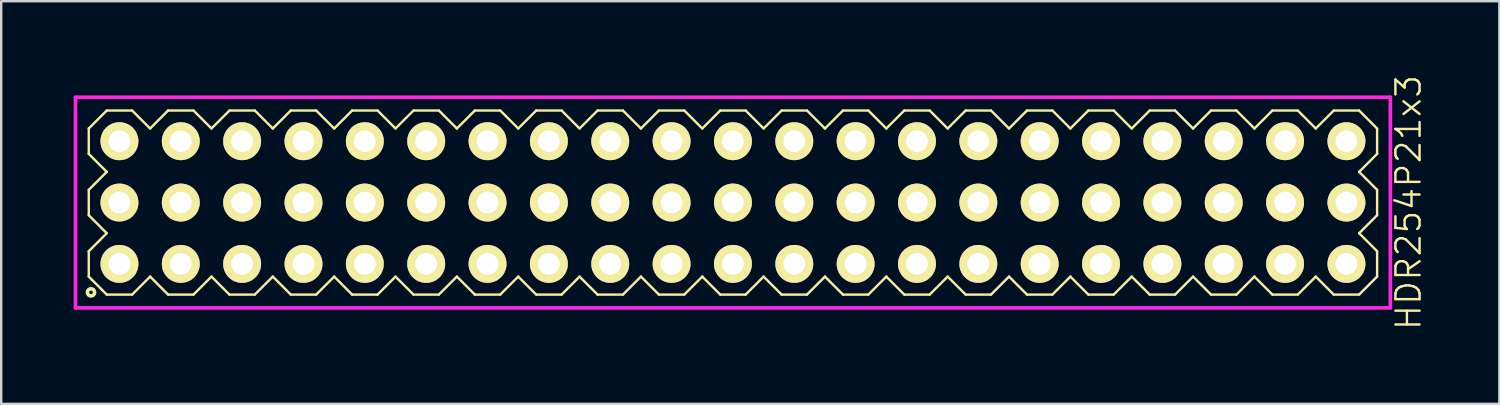
<source format=kicad_pcb>
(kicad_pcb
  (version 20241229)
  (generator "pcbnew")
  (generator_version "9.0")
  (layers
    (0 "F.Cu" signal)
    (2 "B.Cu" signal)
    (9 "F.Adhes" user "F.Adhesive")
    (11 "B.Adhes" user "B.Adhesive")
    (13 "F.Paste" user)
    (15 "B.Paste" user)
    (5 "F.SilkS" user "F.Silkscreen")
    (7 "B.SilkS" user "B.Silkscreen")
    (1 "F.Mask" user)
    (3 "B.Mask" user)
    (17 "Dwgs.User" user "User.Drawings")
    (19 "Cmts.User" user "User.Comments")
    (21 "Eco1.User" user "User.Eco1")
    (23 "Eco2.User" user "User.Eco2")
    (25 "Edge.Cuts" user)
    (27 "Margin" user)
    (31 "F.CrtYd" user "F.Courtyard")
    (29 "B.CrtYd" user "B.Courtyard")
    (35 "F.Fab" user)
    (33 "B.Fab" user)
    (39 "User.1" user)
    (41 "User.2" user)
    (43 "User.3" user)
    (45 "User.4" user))
  (footprint "HDR254P21x3"
    (layer "F.Cu")
    (at 27.295 5.336)
    (property "Reference" "HDR254P21x3" (at 27.97 0 90) (layer "F.SilkS") (effects (font (size 1 1) (thickness 0.1))))
    (attr through_hole)
    (fp_line (start -26.67 -3.066) (end -25.926 -3.81) (stroke (width 0.1) (type solid)) (layer "F.SilkS"))
    (fp_line (start -26.67 -2.014) (end -26.67 -3.066) (stroke (width 0.1) (type solid)) (layer "F.SilkS"))
    (fp_line (start -26.67 -0.526) (end -25.926 -1.27) (stroke (width 0.1) (type solid)) (layer "F.SilkS"))
    (fp_line (start -26.67 0.526) (end -26.67 -0.526) (stroke (width 0.1) (type solid)) (layer "F.SilkS"))
    (fp_line (start -26.67 2.014) (end -25.926 1.27) (stroke (width 0.1) (type solid)) (layer "F.SilkS"))
    (fp_line (start -26.67 3.066) (end -26.67 2.014) (stroke (width 0.1) (type solid)) (layer "F.SilkS"))
    (fp_line (start -25.926 -3.81) (end -24.874 -3.81) (stroke (width 0.1) (type solid)) (layer "F.SilkS"))
    (fp_line (start -25.926 -1.27) (end -26.67 -2.014) (stroke (width 0.1) (type solid)) (layer "F.SilkS"))
    (fp_line (start -25.926 1.27) (end -26.67 0.526) (stroke (width 0.1) (type solid)) (layer "F.SilkS"))
    (fp_line (start -25.926 3.81) (end -26.67 3.066) (stroke (width 0.1) (type solid)) (layer "F.SilkS"))
    (fp_line (start -24.874 -3.81) (end -24.13 -3.066) (stroke (width 0.1) (type solid)) (layer "F.SilkS"))
    (fp_line (start -24.874 3.81) (end -25.926 3.81) (stroke (width 0.1) (type solid)) (layer "F.SilkS"))
    (fp_line (start -24.13 -3.066) (end -23.386 -3.81) (stroke (width 0.1) (type solid)) (layer "F.SilkS"))
    (fp_line (start -24.13 3.066) (end -24.874 3.81) (stroke (width 0.1) (type solid)) (layer "F.SilkS"))
    (fp_line (start -23.386 -3.81) (end -22.334 -3.81) (stroke (width 0.1) (type solid)) (layer "F.SilkS"))
    (fp_line (start -23.386 3.81) (end -24.13 3.066) (stroke (width 0.1) (type solid)) (layer "F.SilkS"))
    (fp_line (start -22.334 -3.81) (end -21.59 -3.066) (stroke (width 0.1) (type solid)) (layer "F.SilkS"))
    (fp_line (start -22.334 3.81) (end -23.386 3.81) (stroke (width 0.1) (type solid)) (layer "F.SilkS"))
    (fp_line (start -21.59 -3.066) (end -20.846 -3.81) (stroke (width 0.1) (type solid)) (layer "F.SilkS"))
    (fp_line (start -21.59 3.066) (end -22.334 3.81) (stroke (width 0.1) (type solid)) (layer "F.SilkS"))
    (fp_line (start -20.846 -3.81) (end -19.794 -3.81) (stroke (width 0.1) (type solid)) (layer "F.SilkS"))
    (fp_line (start -20.846 3.81) (end -21.59 3.066) (stroke (width 0.1) (type solid)) (layer "F.SilkS"))
    (fp_line (start -19.794 -3.81) (end -19.05 -3.066) (stroke (width 0.1) (type solid)) (layer "F.SilkS"))
    (fp_line (start -19.794 3.81) (end -20.846 3.81) (stroke (width 0.1) (type solid)) (layer "F.SilkS"))
    (fp_line (start -19.05 -3.066) (end -18.306 -3.81) (stroke (width 0.1) (type solid)) (layer "F.SilkS"))
    (fp_line (start -19.05 3.066) (end -19.794 3.81) (stroke (width 0.1) (type solid)) (layer "F.SilkS"))
    (fp_line (start -18.306 -3.81) (end -17.254 -3.81) (stroke (width 0.1) (type solid)) (layer "F.SilkS"))
    (fp_line (start -18.306 3.81) (end -19.05 3.066) (stroke (width 0.1) (type solid)) (layer "F.SilkS"))
    (fp_line (start -17.254 -3.81) (end -16.51 -3.066) (stroke (width 0.1) (type solid)) (layer "F.SilkS"))
    (fp_line (start -17.254 3.81) (end -18.306 3.81) (stroke (width 0.1) (type solid)) (layer "F.SilkS"))
    (fp_line (start -16.51 -3.066) (end -15.766 -3.81) (stroke (width 0.1) (type solid)) (layer "F.SilkS"))
    (fp_line (start -16.51 3.066) (end -17.254 3.81) (stroke (width 0.1) (type solid)) (layer "F.SilkS"))
    (fp_line (start -15.766 -3.81) (end -14.714 -3.81) (stroke (width 0.1) (type solid)) (layer "F.SilkS"))
    (fp_line (start -15.766 3.81) (end -16.51 3.066) (stroke (width 0.1) (type solid)) (layer "F.SilkS"))
    (fp_line (start -14.714 -3.81) (end -13.97 -3.066) (stroke (width 0.1) (type solid)) (layer "F.SilkS"))
    (fp_line (start -14.714 3.81) (end -15.766 3.81) (stroke (width 0.1) (type solid)) (layer "F.SilkS"))
    (fp_line (start -13.97 -3.066) (end -13.226 -3.81) (stroke (width 0.1) (type solid)) (layer "F.SilkS"))
    (fp_line (start -13.97 3.066) (end -14.714 3.81) (stroke (width 0.1) (type solid)) (layer "F.SilkS"))
    (fp_line (start -13.226 -3.81) (end -12.174 -3.81) (stroke (width 0.1) (type solid)) (layer "F.SilkS"))
    (fp_line (start -13.226 3.81) (end -13.97 3.066) (stroke (width 0.1) (type solid)) (layer "F.SilkS"))
    (fp_line (start -12.174 -3.81) (end -11.43 -3.066) (stroke (width 0.1) (type solid)) (layer "F.SilkS"))
    (fp_line (start -12.174 3.81) (end -13.226 3.81) (stroke (width 0.1) (type solid)) (layer "F.SilkS"))
    (fp_line (start -11.43 -3.066) (end -10.686 -3.81) (stroke (width 0.1) (type solid)) (layer "F.SilkS"))
    (fp_line (start -11.43 3.066) (end -12.174 3.81) (stroke (width 0.1) (type solid)) (layer "F.SilkS"))
    (fp_line (start -10.686 -3.81) (end -9.634 -3.81) (stroke (width 0.1) (type solid)) (layer "F.SilkS"))
    (fp_line (start -10.686 3.81) (end -11.43 3.066) (stroke (width 0.1) (type solid)) (layer "F.SilkS"))
    (fp_line (start -9.634 -3.81) (end -8.89 -3.066) (stroke (width 0.1) (type solid)) (layer "F.SilkS"))
    (fp_line (start -9.634 3.81) (end -10.686 3.81) (stroke (width 0.1) (type solid)) (layer "F.SilkS"))
    (fp_line (start -8.89 -3.066) (end -8.146 -3.81) (stroke (width 0.1) (type solid)) (layer "F.SilkS"))
    (fp_line (start -8.89 3.066) (end -9.634 3.81) (stroke (width 0.1) (type solid)) (layer "F.SilkS"))
    (fp_line (start -8.146 -3.81) (end -7.094 -3.81) (stroke (width 0.1) (type solid)) (layer "F.SilkS"))
    (fp_line (start -8.146 3.81) (end -8.89 3.066) (stroke (width 0.1) (type solid)) (layer "F.SilkS"))
    (fp_line (start -7.094 -3.81) (end -6.35 -3.066) (stroke (width 0.1) (type solid)) (layer "F.SilkS"))
    (fp_line (start -7.094 3.81) (end -8.146 3.81) (stroke (width 0.1) (type solid)) (layer "F.SilkS"))
    (fp_line (start -6.35 -3.066) (end -5.606 -3.81) (stroke (width 0.1) (type solid)) (layer "F.SilkS"))
    (fp_line (start -6.35 3.066) (end -7.094 3.81) (stroke (width 0.1) (type solid)) (layer "F.SilkS"))
    (fp_line (start -5.606 -3.81) (end -4.554 -3.81) (stroke (width 0.1) (type solid)) (layer "F.SilkS"))
    (fp_line (start -5.606 3.81) (end -6.35 3.066) (stroke (width 0.1) (type solid)) (layer "F.SilkS"))
    (fp_line (start -4.554 -3.81) (end -3.81 -3.066) (stroke (width 0.1) (type solid)) (layer "F.SilkS"))
    (fp_line (start -4.554 3.81) (end -5.606 3.81) (stroke (width 0.1) (type solid)) (layer "F.SilkS"))
    (fp_line (start -3.81 -3.066) (end -3.066 -3.81) (stroke (width 0.1) (type solid)) (layer "F.SilkS"))
    (fp_line (start -3.81 3.066) (end -4.554 3.81) (stroke (width 0.1) (type solid)) (layer "F.SilkS"))
    (fp_line (start -3.066 -3.81) (end -2.014 -3.81) (stroke (width 0.1) (type solid)) (layer "F.SilkS"))
    (fp_line (start -3.066 3.81) (end -3.81 3.066) (stroke (width 0.1) (type solid)) (layer "F.SilkS"))
    (fp_line (start -2.014 -3.81) (end -1.27 -3.066) (stroke (width 0.1) (type solid)) (layer "F.SilkS"))
    (fp_line (start -2.014 3.81) (end -3.066 3.81) (stroke (width 0.1) (type solid)) (layer "F.SilkS"))
    (fp_line (start -1.27 -3.066) (end -0.526 -3.81) (stroke (width 0.1) (type solid)) (layer "F.SilkS"))
    (fp_line (start -1.27 3.066) (end -2.014 3.81) (stroke (width 0.1) (type solid)) (layer "F.SilkS"))
    (fp_line (start -0.526 -3.81) (end 0.526 -3.81) (stroke (width 0.1) (type solid)) (layer "F.SilkS"))
    (fp_line (start -0.526 3.81) (end -1.27 3.066) (stroke (width 0.1) (type solid)) (layer "F.SilkS"))
    (fp_line (start 0.526 -3.81) (end 1.27 -3.066) (stroke (width 0.1) (type solid)) (layer "F.SilkS"))
    (fp_line (start 0.526 3.81) (end -0.526 3.81) (stroke (width 0.1) (type solid)) (layer "F.SilkS"))
    (fp_line (start 1.27 -3.066) (end 2.014 -3.81) (stroke (width 0.1) (type solid)) (layer "F.SilkS"))
    (fp_line (start 1.27 3.066) (end 0.526 3.81) (stroke (width 0.1) (type solid)) (layer "F.SilkS"))
    (fp_line (start 2.014 -3.81) (end 3.066 -3.81) (stroke (width 0.1) (type solid)) (layer "F.SilkS"))
    (fp_line (start 2.014 3.81) (end 1.27 3.066) (stroke (width 0.1) (type solid)) (layer "F.SilkS"))
    (fp_line (start 3.066 -3.81) (end 3.81 -3.066) (stroke (width 0.1) (type solid)) (layer "F.SilkS"))
    (fp_line (start 3.066 3.81) (end 2.014 3.81) (stroke (width 0.1) (type solid)) (layer "F.SilkS"))
    (fp_line (start 3.81 -3.066) (end 4.554 -3.81) (stroke (width 0.1) (type solid)) (layer "F.SilkS"))
    (fp_line (start 3.81 3.066) (end 3.066 3.81) (stroke (width 0.1) (type solid)) (layer "F.SilkS"))
    (fp_line (start 4.554 -3.81) (end 5.606 -3.81) (stroke (width 0.1) (type solid)) (layer "F.SilkS"))
    (fp_line (start 4.554 3.81) (end 3.81 3.066) (stroke (width 0.1) (type solid)) (layer "F.SilkS"))
    (fp_line (start 5.606 -3.81) (end 6.35 -3.066) (stroke (width 0.1) (type solid)) (layer "F.SilkS"))
    (fp_line (start 5.606 3.81) (end 4.554 3.81) (stroke (width 0.1) (type solid)) (layer "F.SilkS"))
    (fp_line (start 6.35 -3.066) (end 7.094 -3.81) (stroke (width 0.1) (type solid)) (layer "F.SilkS"))
    (fp_line (start 6.35 3.066) (end 5.606 3.81) (stroke (width 0.1) (type solid)) (layer "F.SilkS"))
    (fp_line (start 7.094 -3.81) (end 8.146 -3.81) (stroke (width 0.1) (type solid)) (layer "F.SilkS"))
    (fp_line (start 7.094 3.81) (end 6.35 3.066) (stroke (width 0.1) (type solid)) (layer "F.SilkS"))
    (fp_line (start 8.146 -3.81) (end 8.89 -3.066) (stroke (width 0.1) (type solid)) (layer "F.SilkS"))
    (fp_line (start 8.146 3.81) (end 7.094 3.81) (stroke (width 0.1) (type solid)) (layer "F.SilkS"))
    (fp_line (start 8.89 -3.066) (end 9.634 -3.81) (stroke (width 0.1) (type solid)) (layer "F.SilkS"))
    (fp_line (start 8.89 3.066) (end 8.146 3.81) (stroke (width 0.1) (type solid)) (layer "F.SilkS"))
    (fp_line (start 9.634 -3.81) (end 10.686 -3.81) (stroke (width 0.1) (type solid)) (layer "F.SilkS"))
    (fp_line (start 9.634 3.81) (end 8.89 3.066) (stroke (width 0.1) (type solid)) (layer "F.SilkS"))
    (fp_line (start 10.686 -3.81) (end 11.43 -3.066) (stroke (width 0.1) (type solid)) (layer "F.SilkS"))
    (fp_line (start 10.686 3.81) (end 9.634 3.81) (stroke (width 0.1) (type solid)) (layer "F.SilkS"))
    (fp_line (start 11.43 -3.066) (end 12.174 -3.81) (stroke (width 0.1) (type solid)) (layer "F.SilkS"))
    (fp_line (start 11.43 3.066) (end 10.686 3.81) (stroke (width 0.1) (type solid)) (layer "F.SilkS"))
    (fp_line (start 12.174 -3.81) (end 13.226 -3.81) (stroke (width 0.1) (type solid)) (layer "F.SilkS"))
    (fp_line (start 12.174 3.81) (end 11.43 3.066) (stroke (width 0.1) (type solid)) (layer "F.SilkS"))
    (fp_line (start 13.226 -3.81) (end 13.97 -3.066) (stroke (width 0.1) (type solid)) (layer "F.SilkS"))
    (fp_line (start 13.226 3.81) (end 12.174 3.81) (stroke (width 0.1) (type solid)) (layer "F.SilkS"))
    (fp_line (start 13.97 -3.066) (end 14.714 -3.81) (stroke (width 0.1) (type solid)) (layer "F.SilkS"))
    (fp_line (start 13.97 3.066) (end 13.226 3.81) (stroke (width 0.1) (type solid)) (layer "F.SilkS"))
    (fp_line (start 14.714 -3.81) (end 15.766 -3.81) (stroke (width 0.1) (type solid)) (layer "F.SilkS"))
    (fp_line (start 14.714 3.81) (end 13.97 3.066) (stroke (width 0.1) (type solid)) (layer "F.SilkS"))
    (fp_line (start 15.766 -3.81) (end 16.51 -3.066) (stroke (width 0.1) (type solid)) (layer "F.SilkS"))
    (fp_line (start 15.766 3.81) (end 14.714 3.81) (stroke (width 0.1) (type solid)) (layer "F.SilkS"))
    (fp_line (start 16.51 -3.066) (end 17.254 -3.81) (stroke (width 0.1) (type solid)) (layer "F.SilkS"))
    (fp_line (start 16.51 3.066) (end 15.766 3.81) (stroke (width 0.1) (type solid)) (layer "F.SilkS"))
    (fp_line (start 17.254 -3.81) (end 18.306 -3.81) (stroke (width 0.1) (type solid)) (layer "F.SilkS"))
    (fp_line (start 17.254 3.81) (end 16.51 3.066) (stroke (width 0.1) (type solid)) (layer "F.SilkS"))
    (fp_line (start 18.306 -3.81) (end 19.05 -3.066) (stroke (width 0.1) (type solid)) (layer "F.SilkS"))
    (fp_line (start 18.306 3.81) (end 17.254 3.81) (stroke (width 0.1) (type solid)) (layer "F.SilkS"))
    (fp_line (start 19.05 -3.066) (end 19.794 -3.81) (stroke (width 0.1) (type solid)) (layer "F.SilkS"))
    (fp_line (start 19.05 3.066) (end 18.306 3.81) (stroke (width 0.1) (type solid)) (layer "F.SilkS"))
    (fp_line (start 19.794 -3.81) (end 20.846 -3.81) (stroke (width 0.1) (type solid)) (layer "F.SilkS"))
    (fp_line (start 19.794 3.81) (end 19.05 3.066) (stroke (width 0.1) (type solid)) (layer "F.SilkS"))
    (fp_line (start 20.846 -3.81) (end 21.59 -3.066) (stroke (width 0.1) (type solid)) (layer "F.SilkS"))
    (fp_line (start 20.846 3.81) (end 19.794 3.81) (stroke (width 0.1) (type solid)) (layer "F.SilkS"))
    (fp_line (start 21.59 -3.066) (end 22.334 -3.81) (stroke (width 0.1) (type solid)) (layer "F.SilkS"))
    (fp_line (start 21.59 3.066) (end 20.846 3.81) (stroke (width 0.1) (type solid)) (layer "F.SilkS"))
    (fp_line (start 22.334 -3.81) (end 23.386 -3.81) (stroke (width 0.1) (type solid)) (layer "F.SilkS"))
    (fp_line (start 22.334 3.81) (end 21.59 3.066) (stroke (width 0.1) (type solid)) (layer "F.SilkS"))
    (fp_line (start 23.386 -3.81) (end 24.13 -3.066) (stroke (width 0.1) (type solid)) (layer "F.SilkS"))
    (fp_line (start 23.386 3.81) (end 22.334 3.81) (stroke (width 0.1) (type solid)) (layer "F.SilkS"))
    (fp_line (start 24.13 -3.066) (end 24.874 -3.81) (stroke (width 0.1) (type solid)) (layer "F.SilkS"))
    (fp_line (start 24.13 3.066) (end 23.386 3.81) (stroke (width 0.1) (type solid)) (layer "F.SilkS"))
    (fp_line (start 24.874 -3.81) (end 25.926 -3.81) (stroke (width 0.1) (type solid)) (layer "F.SilkS"))
    (fp_line (start 24.874 3.81) (end 24.13 3.066) (stroke (width 0.1) (type solid)) (layer "F.SilkS"))
    (fp_line (start 25.926 -3.81) (end 26.67 -3.066) (stroke (width 0.1) (type solid)) (layer "F.SilkS"))
    (fp_line (start 25.926 -1.27) (end 26.67 -0.526) (stroke (width 0.1) (type solid)) (layer "F.SilkS"))
    (fp_line (start 25.926 1.27) (end 26.67 2.014) (stroke (width 0.1) (type solid)) (layer "F.SilkS"))
    (fp_line (start 25.926 3.81) (end 24.874 3.81) (stroke (width 0.1) (type solid)) (layer "F.SilkS"))
    (fp_line (start 26.67 -3.066) (end 26.67 -2.014) (stroke (width 0.1) (type solid)) (layer "F.SilkS"))
    (fp_line (start 26.67 -2.014) (end 25.926 -1.27) (stroke (width 0.1) (type solid)) (layer "F.SilkS"))
    (fp_line (start 26.67 -0.526) (end 26.67 0.526) (stroke (width 0.1) (type solid)) (layer "F.SilkS"))
    (fp_line (start 26.67 0.526) (end 25.926 1.27) (stroke (width 0.1) (type solid)) (layer "F.SilkS"))
    (fp_line (start 26.67 2.014) (end 26.67 3.066) (stroke (width 0.1) (type solid)) (layer "F.SilkS"))
    (fp_line (start 26.67 3.066) (end 25.926 3.81) (stroke (width 0.1) (type solid)) (layer "F.SilkS"))
    (fp_circle (center -26.577 3.718) (end -26.428 3.718) (stroke (width 0.15) (type solid)) (fill no) (layer "F.SilkS"))
    (fp_line (start -27.22 -4.36) (end -27.22 4.36) (stroke (width 0.15) (type solid)) (layer "F.CrtYd"))
    (fp_line (start -27.22 4.36) (end 27.22 4.36) (stroke (width 0.15) (type solid)) (layer "F.CrtYd"))
    (fp_line (start 27.22 -4.36) (end -27.22 -4.36) (stroke (width 0.15) (type solid)) (layer "F.CrtYd"))
    (fp_line (start 27.22 4.36) (end 27.22 -4.36) (stroke (width 0.15) (type solid)) (layer "F.CrtYd"))
    (pad "1" thru_hole oval (at -25.4 2.54) (size 1.57 1.57) (drill 0.9) (layers "*.Cu" "*.Mask" "F.SilkS"))
    (pad "2" thru_hole oval (at -25.4 0) (size 1.57 1.57) (drill 0.9) (layers "*.Cu" "*.Mask" "F.SilkS"))
    (pad "3" thru_hole oval (at -25.4 -2.54) (size 1.57 1.57) (drill 0.9) (layers "*.Cu" "*.Mask" "F.SilkS"))
    (pad "4" thru_hole oval (at -22.86 2.54) (size 1.57 1.57) (drill 0.9) (layers "*.Cu" "*.Mask" "F.SilkS"))
    (pad "5" thru_hole oval (at -22.86 0) (size 1.57 1.57) (drill 0.9) (layers "*.Cu" "*.Mask" "F.SilkS"))
    (pad "6" thru_hole oval (at -22.86 -2.54) (size 1.57 1.57) (drill 0.9) (layers "*.Cu" "*.Mask" "F.SilkS"))
    (pad "7" thru_hole oval (at -20.32 2.54) (size 1.57 1.57) (drill 0.9) (layers "*.Cu" "*.Mask" "F.SilkS"))
    (pad "8" thru_hole oval (at -20.32 0) (size 1.57 1.57) (drill 0.9) (layers "*.Cu" "*.Mask" "F.SilkS"))
    (pad "9" thru_hole oval (at -20.32 -2.54) (size 1.57 1.57) (drill 0.9) (layers "*.Cu" "*.Mask" "F.SilkS"))
    (pad "10" thru_hole oval (at -17.78 2.54) (size 1.57 1.57) (drill 0.9) (layers "*.Cu" "*.Mask" "F.SilkS"))
    (pad "11" thru_hole oval (at -17.78 0) (size 1.57 1.57) (drill 0.9) (layers "*.Cu" "*.Mask" "F.SilkS"))
    (pad "12" thru_hole oval (at -17.78 -2.54) (size 1.57 1.57) (drill 0.9) (layers "*.Cu" "*.Mask" "F.SilkS"))
    (pad "13" thru_hole oval (at -15.24 2.54) (size 1.57 1.57) (drill 0.9) (layers "*.Cu" "*.Mask" "F.SilkS"))
    (pad "14" thru_hole oval (at -15.24 0) (size 1.57 1.57) (drill 0.9) (layers "*.Cu" "*.Mask" "F.SilkS"))
    (pad "15" thru_hole oval (at -15.24 -2.54) (size 1.57 1.57) (drill 0.9) (layers "*.Cu" "*.Mask" "F.SilkS"))
    (pad "16" thru_hole oval (at -12.7 2.54) (size 1.57 1.57) (drill 0.9) (layers "*.Cu" "*.Mask" "F.SilkS"))
    (pad "17" thru_hole oval (at -12.7 0) (size 1.57 1.57) (drill 0.9) (layers "*.Cu" "*.Mask" "F.SilkS"))
    (pad "18" thru_hole oval (at -12.7 -2.54) (size 1.57 1.57) (drill 0.9) (layers "*.Cu" "*.Mask" "F.SilkS"))
    (pad "19" thru_hole oval (at -10.16 2.54) (size 1.57 1.57) (drill 0.9) (layers "*.Cu" "*.Mask" "F.SilkS"))
    (pad "20" thru_hole oval (at -10.16 0) (size 1.57 1.57) (drill 0.9) (layers "*.Cu" "*.Mask" "F.SilkS"))
    (pad "21" thru_hole oval (at -10.16 -2.54) (size 1.57 1.57) (drill 0.9) (layers "*.Cu" "*.Mask" "F.SilkS"))
    (pad "22" thru_hole oval (at -7.62 2.54) (size 1.57 1.57) (drill 0.9) (layers "*.Cu" "*.Mask" "F.SilkS"))
    (pad "23" thru_hole oval (at -7.62 0) (size 1.57 1.57) (drill 0.9) (layers "*.Cu" "*.Mask" "F.SilkS"))
    (pad "24" thru_hole oval (at -7.62 -2.54) (size 1.57 1.57) (drill 0.9) (layers "*.Cu" "*.Mask" "F.SilkS"))
    (pad "25" thru_hole oval (at -5.08 2.54) (size 1.57 1.57) (drill 0.9) (layers "*.Cu" "*.Mask" "F.SilkS"))
    (pad "26" thru_hole oval (at -5.08 0) (size 1.57 1.57) (drill 0.9) (layers "*.Cu" "*.Mask" "F.SilkS"))
    (pad "27" thru_hole oval (at -5.08 -2.54) (size 1.57 1.57) (drill 0.9) (layers "*.Cu" "*.Mask" "F.SilkS"))
    (pad "28" thru_hole oval (at -2.54 2.54) (size 1.57 1.57) (drill 0.9) (layers "*.Cu" "*.Mask" "F.SilkS"))
    (pad "29" thru_hole oval (at -2.54 0) (size 1.57 1.57) (drill 0.9) (layers "*.Cu" "*.Mask" "F.SilkS"))
    (pad "30" thru_hole oval (at -2.54 -2.54) (size 1.57 1.57) (drill 0.9) (layers "*.Cu" "*.Mask" "F.SilkS"))
    (pad "31" thru_hole oval (at 0 2.54) (size 1.57 1.57) (drill 0.9) (layers "*.Cu" "*.Mask" "F.SilkS"))
    (pad "32" thru_hole oval (at 0 0) (size 1.57 1.57) (drill 0.9) (layers "*.Cu" "*.Mask" "F.SilkS"))
    (pad "33" thru_hole oval (at 0 -2.54) (size 1.57 1.57) (drill 0.9) (layers "*.Cu" "*.Mask" "F.SilkS"))
    (pad "34" thru_hole oval (at 2.54 2.54) (size 1.57 1.57) (drill 0.9) (layers "*.Cu" "*.Mask" "F.SilkS"))
    (pad "35" thru_hole oval (at 2.54 0) (size 1.57 1.57) (drill 0.9) (layers "*.Cu" "*.Mask" "F.SilkS"))
    (pad "36" thru_hole oval (at 2.54 -2.54) (size 1.57 1.57) (drill 0.9) (layers "*.Cu" "*.Mask" "F.SilkS"))
    (pad "37" thru_hole oval (at 5.08 2.54) (size 1.57 1.57) (drill 0.9) (layers "*.Cu" "*.Mask" "F.SilkS"))
    (pad "38" thru_hole oval (at 5.08 0) (size 1.57 1.57) (drill 0.9) (layers "*.Cu" "*.Mask" "F.SilkS"))
    (pad "39" thru_hole oval (at 5.08 -2.54) (size 1.57 1.57) (drill 0.9) (layers "*.Cu" "*.Mask" "F.SilkS"))
    (pad "40" thru_hole oval (at 7.62 2.54) (size 1.57 1.57) (drill 0.9) (layers "*.Cu" "*.Mask" "F.SilkS"))
    (pad "41" thru_hole oval (at 7.62 0) (size 1.57 1.57) (drill 0.9) (layers "*.Cu" "*.Mask" "F.SilkS"))
    (pad "42" thru_hole oval (at 7.62 -2.54) (size 1.57 1.57) (drill 0.9) (layers "*.Cu" "*.Mask" "F.SilkS"))
    (pad "43" thru_hole oval (at 10.16 2.54) (size 1.57 1.57) (drill 0.9) (layers "*.Cu" "*.Mask" "F.SilkS"))
    (pad "44" thru_hole oval (at 10.16 0) (size 1.57 1.57) (drill 0.9) (layers "*.Cu" "*.Mask" "F.SilkS"))
    (pad "45" thru_hole oval (at 10.16 -2.54) (size 1.57 1.57) (drill 0.9) (layers "*.Cu" "*.Mask" "F.SilkS"))
    (pad "46" thru_hole oval (at 12.7 2.54) (size 1.57 1.57) (drill 0.9) (layers "*.Cu" "*.Mask" "F.SilkS"))
    (pad "47" thru_hole oval (at 12.7 0) (size 1.57 1.57) (drill 0.9) (layers "*.Cu" "*.Mask" "F.SilkS"))
    (pad "48" thru_hole oval (at 12.7 -2.54) (size 1.57 1.57) (drill 0.9) (layers "*.Cu" "*.Mask" "F.SilkS"))
    (pad "49" thru_hole oval (at 15.24 2.54) (size 1.57 1.57) (drill 0.9) (layers "*.Cu" "*.Mask" "F.SilkS"))
    (pad "50" thru_hole oval (at 15.24 0) (size 1.57 1.57) (drill 0.9) (layers "*.Cu" "*.Mask" "F.SilkS"))
    (pad "51" thru_hole oval (at 15.24 -2.54) (size 1.57 1.57) (drill 0.9) (layers "*.Cu" "*.Mask" "F.SilkS"))
    (pad "52" thru_hole oval (at 17.78 2.54) (size 1.57 1.57) (drill 0.9) (layers "*.Cu" "*.Mask" "F.SilkS"))
    (pad "53" thru_hole oval (at 17.78 0) (size 1.57 1.57) (drill 0.9) (layers "*.Cu" "*.Mask" "F.SilkS"))
    (pad "54" thru_hole oval (at 17.78 -2.54) (size 1.57 1.57) (drill 0.9) (layers "*.Cu" "*.Mask" "F.SilkS"))
    (pad "55" thru_hole oval (at 20.32 2.54) (size 1.57 1.57) (drill 0.9) (layers "*.Cu" "*.Mask" "F.SilkS"))
    (pad "56" thru_hole oval (at 20.32 0) (size 1.57 1.57) (drill 0.9) (layers "*.Cu" "*.Mask" "F.SilkS"))
    (pad "57" thru_hole oval (at 20.32 -2.54) (size 1.57 1.57) (drill 0.9) (layers "*.Cu" "*.Mask" "F.SilkS"))
    (pad "58" thru_hole oval (at 22.86 2.54) (size 1.57 1.57) (drill 0.9) (layers "*.Cu" "*.Mask" "F.SilkS"))
    (pad "59" thru_hole oval (at 22.86 0) (size 1.57 1.57) (drill 0.9) (layers "*.Cu" "*.Mask" "F.SilkS"))
    (pad "60" thru_hole oval (at 22.86 -2.54) (size 1.57 1.57) (drill 0.9) (layers "*.Cu" "*.Mask" "F.SilkS"))
    (pad "61" thru_hole oval (at 25.4 2.54) (size 1.57 1.57) (drill 0.9) (layers "*.Cu" "*.Mask" "F.SilkS"))
    (pad "62" thru_hole oval (at 25.4 0) (size 1.57 1.57) (drill 0.9) (layers "*.Cu" "*.Mask" "F.SilkS"))
    (pad "63" thru_hole oval (at 25.4 -2.54) (size 1.57 1.57) (drill 0.9) (layers "*.Cu" "*.Mask" "F.SilkS")))
  (gr_rect
    (start -3 -3)
    (end 59.026 13.671)
    (stroke (width 0.1) (type default))
    (fill no)
    (layer "Edge.Cuts")))
</source>
